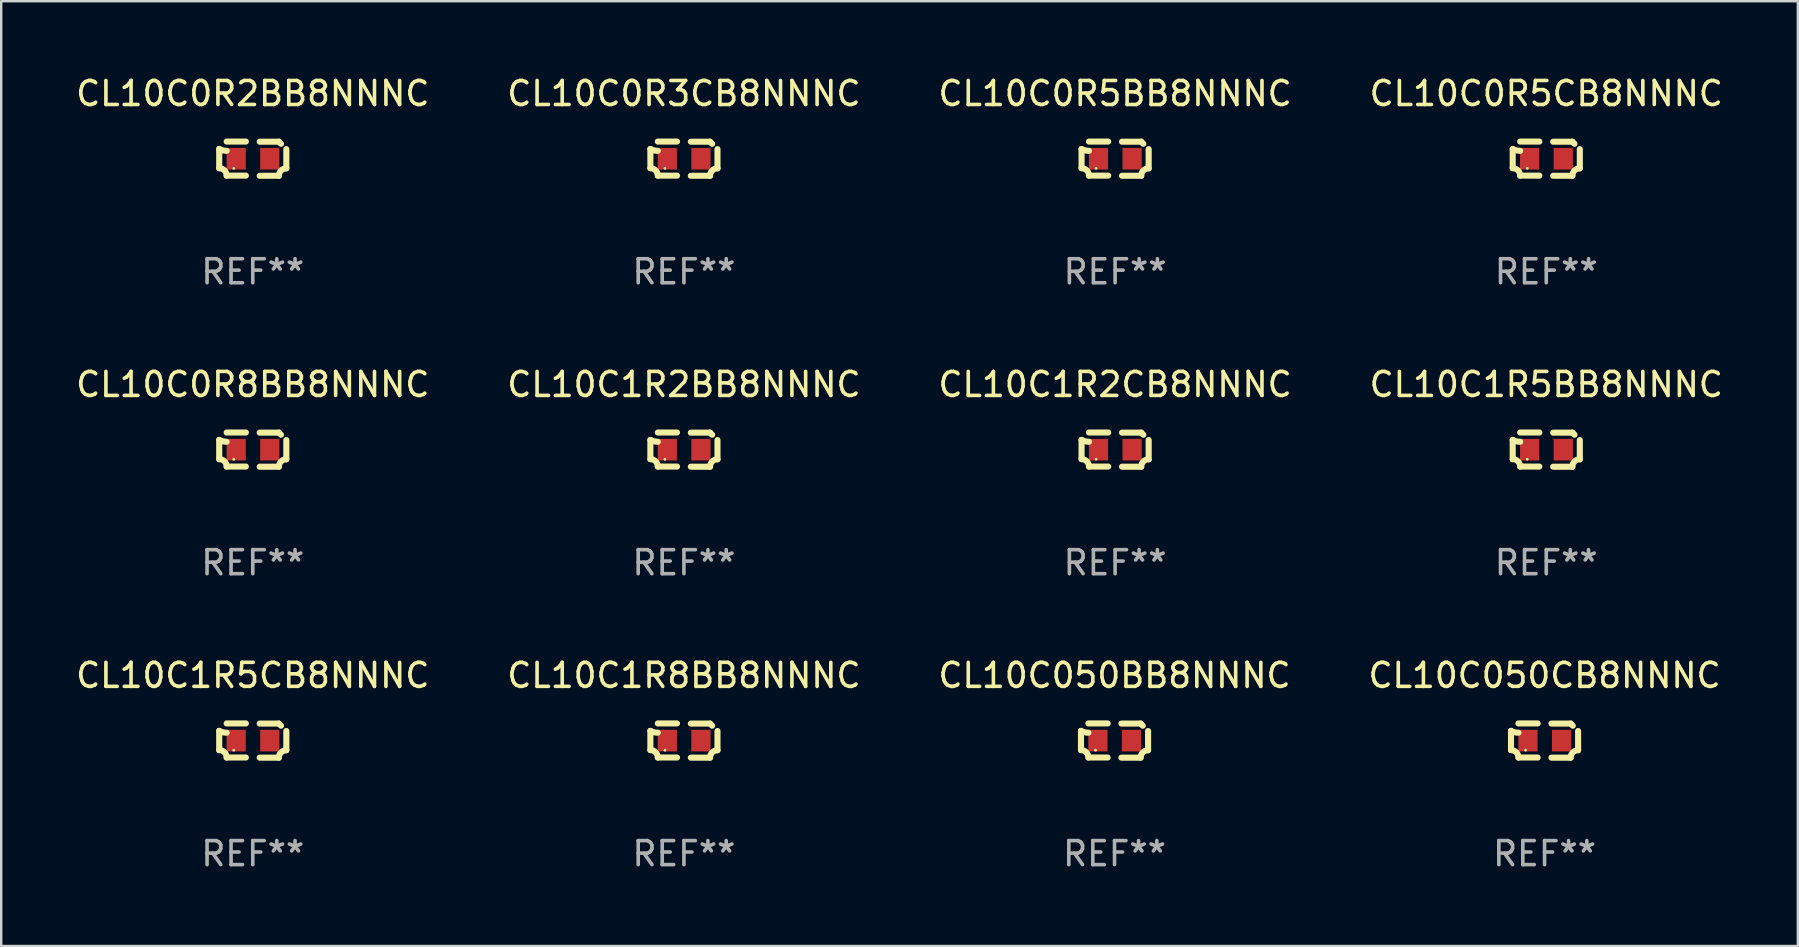
<source format=kicad_pcb>
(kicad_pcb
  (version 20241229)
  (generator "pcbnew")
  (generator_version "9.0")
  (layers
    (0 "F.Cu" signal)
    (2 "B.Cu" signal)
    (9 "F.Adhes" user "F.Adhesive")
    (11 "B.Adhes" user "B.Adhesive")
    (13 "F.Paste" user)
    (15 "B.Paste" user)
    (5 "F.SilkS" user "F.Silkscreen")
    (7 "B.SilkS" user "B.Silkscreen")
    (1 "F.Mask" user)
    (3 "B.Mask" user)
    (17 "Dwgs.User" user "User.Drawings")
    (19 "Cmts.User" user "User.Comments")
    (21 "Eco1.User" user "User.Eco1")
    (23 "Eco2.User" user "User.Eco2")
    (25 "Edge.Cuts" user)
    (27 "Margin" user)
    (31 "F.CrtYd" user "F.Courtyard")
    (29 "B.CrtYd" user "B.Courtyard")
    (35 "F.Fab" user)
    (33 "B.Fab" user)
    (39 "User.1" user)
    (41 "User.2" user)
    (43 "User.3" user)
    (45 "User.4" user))
  (footprint "CL10C1R5CB8NNNC"
    (layer "F.Cu")
    (at 7.482 27.805)
    (property "Reference" "CL10C1R5CB8NNNC" (at 0 -2.713 0) (layer "F.SilkS") (effects (font (size 1 1) (thickness 0.15))))
    (attr through_hole)
    (fp_line (start -1.398 -0.403) (end -1.398 0.397) (stroke (width 0.254) (type solid)) (layer "F.SilkS"))
    (fp_line (start -0.288 -0.713) (end -1.088 -0.713) (stroke (width 0.254) (type solid)) (layer "F.SilkS"))
    (fp_line (start -0.288 0.707) (end -1.088 0.707) (stroke (width 0.254) (type solid)) (layer "F.SilkS"))
    (fp_line (start 0.288 -0.707) (end 1.088 -0.707) (stroke (width 0.254) (type solid)) (layer "F.SilkS"))
    (fp_line (start 0.288 0.713) (end 1.088 0.713) (stroke (width 0.254) (type solid)) (layer "F.SilkS"))
    (fp_line (start 1.398 -0.397) (end 1.398 0.403) (stroke (width 0.254) (type solid)) (layer "F.SilkS"))
    (fp_arc (start -1.397789 0.397066) (mid -1.178701 0.487826) (end -1.08796 0.706922) (stroke (width 0.254001) (type solid)) (layer "F.SilkS"))
    (fp_arc (start -1.08796 -0.327176) (mid -1.247436 -0.346384) (end -1.39779 -0.402908) (stroke (width 0.254001) (type solid)) (layer "F.SilkS"))
    (fp_arc (start 1.087909 0.712738) (mid 1.178656 0.493655) (end 1.397739 0.402908) (stroke (width 0.254001) (type solid)) (layer "F.SilkS"))
    (fp_arc (start 1.175925 -0.618926) (mid 1.131917 -0.662923) (end 1.08791 -0.706922) (stroke (width 0.254001) (type solid)) (layer "F.SilkS"))
    (fp_circle (center -0.792 0.403) (end -0.762 0.403) (stroke (width 0.06) (type solid)) (fill no) (layer "F.SilkS"))
    (fp_text user "REF**" (at 0 4.713 0) (layer "F.Fab") (effects (font (size 1 1) (thickness 0.15))))
    (pad "1" smd rect (at -0.692 0.003) (size 0.8 0.9) (layers "F.Cu" "F.Mask" "F.Paste"))
    (pad "2" smd rect (at 0.708 0.003) (size 0.8 0.9) (layers "F.Cu" "F.Mask" "F.Paste")))
  (footprint "CL10C1R5BB8NNNC"
    (layer "F.Cu")
    (at 61.375 15.683)
    (property "Reference" "CL10C1R5BB8NNNC" (at 0 -2.713 0) (layer "F.SilkS") (effects (font (size 1 1) (thickness 0.15))))
    (attr through_hole)
    (fp_line (start -1.398 -0.403) (end -1.398 0.397) (stroke (width 0.254) (type solid)) (layer "F.SilkS"))
    (fp_line (start -0.288 -0.713) (end -1.088 -0.713) (stroke (width 0.254) (type solid)) (layer "F.SilkS"))
    (fp_line (start -0.288 0.707) (end -1.088 0.707) (stroke (width 0.254) (type solid)) (layer "F.SilkS"))
    (fp_line (start 0.288 -0.707) (end 1.088 -0.707) (stroke (width 0.254) (type solid)) (layer "F.SilkS"))
    (fp_line (start 0.288 0.713) (end 1.088 0.713) (stroke (width 0.254) (type solid)) (layer "F.SilkS"))
    (fp_line (start 1.398 -0.397) (end 1.398 0.403) (stroke (width 0.254) (type solid)) (layer "F.SilkS"))
    (fp_arc (start -1.397789 0.397066) (mid -1.178701 0.487826) (end -1.08796 0.706922) (stroke (width 0.254001) (type solid)) (layer "F.SilkS"))
    (fp_arc (start -1.08796 -0.327176) (mid -1.247436 -0.346384) (end -1.39779 -0.402908) (stroke (width 0.254001) (type solid)) (layer "F.SilkS"))
    (fp_arc (start 1.087909 0.712738) (mid 1.178656 0.493655) (end 1.397739 0.402908) (stroke (width 0.254001) (type solid)) (layer "F.SilkS"))
    (fp_arc (start 1.175925 -0.618926) (mid 1.131917 -0.662923) (end 1.08791 -0.706922) (stroke (width 0.254001) (type solid)) (layer "F.SilkS"))
    (fp_circle (center -0.792 0.403) (end -0.762 0.403) (stroke (width 0.06) (type solid)) (fill no) (layer "F.SilkS"))
    (fp_text user "REF**" (at 0 4.713 0) (layer "F.Fab") (effects (font (size 1 1) (thickness 0.15))))
    (pad "1" smd rect (at -0.692 0.003) (size 0.8 0.9) (layers "F.Cu" "F.Mask" "F.Paste"))
    (pad "2" smd rect (at 0.708 0.003) (size 0.8 0.9) (layers "F.Cu" "F.Mask" "F.Paste")))
  (footprint "CL10C050CB8NNNC"
    (layer "F.Cu")
    (at 61.304 27.805)
    (property "Reference" "CL10C050CB8NNNC" (at 0 -2.713 0) (layer "F.SilkS") (effects (font (size 1 1) (thickness 0.15))))
    (attr through_hole)
    (fp_line (start -1.398 -0.403) (end -1.398 0.397) (stroke (width 0.254) (type solid)) (layer "F.SilkS"))
    (fp_line (start -0.288 -0.713) (end -1.088 -0.713) (stroke (width 0.254) (type solid)) (layer "F.SilkS"))
    (fp_line (start -0.288 0.707) (end -1.088 0.707) (stroke (width 0.254) (type solid)) (layer "F.SilkS"))
    (fp_line (start 0.288 -0.707) (end 1.088 -0.707) (stroke (width 0.254) (type solid)) (layer "F.SilkS"))
    (fp_line (start 0.288 0.713) (end 1.088 0.713) (stroke (width 0.254) (type solid)) (layer "F.SilkS"))
    (fp_line (start 1.398 -0.397) (end 1.398 0.403) (stroke (width 0.254) (type solid)) (layer "F.SilkS"))
    (fp_arc (start -1.397789 0.397066) (mid -1.178701 0.487826) (end -1.08796 0.706922) (stroke (width 0.254001) (type solid)) (layer "F.SilkS"))
    (fp_arc (start -1.08796 -0.327176) (mid -1.247436 -0.346384) (end -1.39779 -0.402908) (stroke (width 0.254001) (type solid)) (layer "F.SilkS"))
    (fp_arc (start 1.087909 0.712738) (mid 1.178656 0.493655) (end 1.397739 0.402908) (stroke (width 0.254001) (type solid)) (layer "F.SilkS"))
    (fp_arc (start 1.175925 -0.618926) (mid 1.131917 -0.662923) (end 1.08791 -0.706922) (stroke (width 0.254001) (type solid)) (layer "F.SilkS"))
    (fp_circle (center -0.792 0.403) (end -0.762 0.403) (stroke (width 0.06) (type solid)) (fill no) (layer "F.SilkS"))
    (fp_text user "REF**" (at 0 4.713 0) (layer "F.Fab") (effects (font (size 1 1) (thickness 0.15))))
    (pad "1" smd rect (at -0.692 0.003) (size 0.8 0.9) (layers "F.Cu" "F.Mask" "F.Paste"))
    (pad "2" smd rect (at 0.708 0.003) (size 0.8 0.9) (layers "F.Cu" "F.Mask" "F.Paste")))
  (footprint "CL10C0R5BB8NNNC"
    (layer "F.Cu")
    (at 43.411 3.561)
    (property "Reference" "CL10C0R5BB8NNNC" (at 0 -2.713 0) (layer "F.SilkS") (effects (font (size 1 1) (thickness 0.15))))
    (attr through_hole)
    (fp_line (start -1.398 -0.403) (end -1.398 0.397) (stroke (width 0.254) (type solid)) (layer "F.SilkS"))
    (fp_line (start -0.288 -0.713) (end -1.088 -0.713) (stroke (width 0.254) (type solid)) (layer "F.SilkS"))
    (fp_line (start -0.288 0.707) (end -1.088 0.707) (stroke (width 0.254) (type solid)) (layer "F.SilkS"))
    (fp_line (start 0.288 -0.707) (end 1.088 -0.707) (stroke (width 0.254) (type solid)) (layer "F.SilkS"))
    (fp_line (start 0.288 0.713) (end 1.088 0.713) (stroke (width 0.254) (type solid)) (layer "F.SilkS"))
    (fp_line (start 1.398 -0.397) (end 1.398 0.403) (stroke (width 0.254) (type solid)) (layer "F.SilkS"))
    (fp_arc (start -1.397789 0.397066) (mid -1.178701 0.487826) (end -1.08796 0.706922) (stroke (width 0.254001) (type solid)) (layer "F.SilkS"))
    (fp_arc (start -1.08796 -0.327176) (mid -1.247436 -0.346384) (end -1.39779 -0.402908) (stroke (width 0.254001) (type solid)) (layer "F.SilkS"))
    (fp_arc (start 1.087909 0.712738) (mid 1.178656 0.493655) (end 1.397739 0.402908) (stroke (width 0.254001) (type solid)) (layer "F.SilkS"))
    (fp_arc (start 1.175925 -0.618926) (mid 1.131917 -0.662923) (end 1.08791 -0.706922) (stroke (width 0.254001) (type solid)) (layer "F.SilkS"))
    (fp_circle (center -0.792 0.403) (end -0.762 0.403) (stroke (width 0.06) (type solid)) (fill no) (layer "F.SilkS"))
    (fp_text user "REF**" (at 0 4.713 0) (layer "F.Fab") (effects (font (size 1 1) (thickness 0.15))))
    (pad "1" smd rect (at -0.692 0.003) (size 0.8 0.9) (layers "F.Cu" "F.Mask" "F.Paste"))
    (pad "2" smd rect (at 0.708 0.003) (size 0.8 0.9) (layers "F.Cu" "F.Mask" "F.Paste")))
  (footprint "CL10C0R5CB8NNNC"
    (layer "F.Cu")
    (at 61.375 3.561)
    (property "Reference" "CL10C0R5CB8NNNC" (at 0 -2.713 0) (layer "F.SilkS") (effects (font (size 1 1) (thickness 0.15))))
    (attr through_hole)
    (fp_line (start -1.398 -0.403) (end -1.398 0.397) (stroke (width 0.254) (type solid)) (layer "F.SilkS"))
    (fp_line (start -0.288 -0.713) (end -1.088 -0.713) (stroke (width 0.254) (type solid)) (layer "F.SilkS"))
    (fp_line (start -0.288 0.707) (end -1.088 0.707) (stroke (width 0.254) (type solid)) (layer "F.SilkS"))
    (fp_line (start 0.288 -0.707) (end 1.088 -0.707) (stroke (width 0.254) (type solid)) (layer "F.SilkS"))
    (fp_line (start 0.288 0.713) (end 1.088 0.713) (stroke (width 0.254) (type solid)) (layer "F.SilkS"))
    (fp_line (start 1.398 -0.397) (end 1.398 0.403) (stroke (width 0.254) (type solid)) (layer "F.SilkS"))
    (fp_arc (start -1.397789 0.397066) (mid -1.178701 0.487826) (end -1.08796 0.706922) (stroke (width 0.254001) (type solid)) (layer "F.SilkS"))
    (fp_arc (start -1.08796 -0.327176) (mid -1.247436 -0.346384) (end -1.39779 -0.402908) (stroke (width 0.254001) (type solid)) (layer "F.SilkS"))
    (fp_arc (start 1.087909 0.712738) (mid 1.178656 0.493655) (end 1.397739 0.402908) (stroke (width 0.254001) (type solid)) (layer "F.SilkS"))
    (fp_arc (start 1.175925 -0.618926) (mid 1.131917 -0.662923) (end 1.08791 -0.706922) (stroke (width 0.254001) (type solid)) (layer "F.SilkS"))
    (fp_circle (center -0.792 0.403) (end -0.762 0.403) (stroke (width 0.06) (type solid)) (fill no) (layer "F.SilkS"))
    (fp_text user "REF**" (at 0 4.713 0) (layer "F.Fab") (effects (font (size 1 1) (thickness 0.15))))
    (pad "1" smd rect (at -0.692 0.003) (size 0.8 0.9) (layers "F.Cu" "F.Mask" "F.Paste"))
    (pad "2" smd rect (at 0.708 0.003) (size 0.8 0.9) (layers "F.Cu" "F.Mask" "F.Paste")))
  (footprint "CL10C1R2BB8NNNC"
    (layer "F.Cu")
    (at 25.446 15.683)
    (property "Reference" "CL10C1R2BB8NNNC" (at 0 -2.713 0) (layer "F.SilkS") (effects (font (size 1 1) (thickness 0.15))))
    (attr through_hole)
    (fp_line (start -1.398 -0.403) (end -1.398 0.397) (stroke (width 0.254) (type solid)) (layer "F.SilkS"))
    (fp_line (start -0.288 -0.713) (end -1.088 -0.713) (stroke (width 0.254) (type solid)) (layer "F.SilkS"))
    (fp_line (start -0.288 0.707) (end -1.088 0.707) (stroke (width 0.254) (type solid)) (layer "F.SilkS"))
    (fp_line (start 0.288 -0.707) (end 1.088 -0.707) (stroke (width 0.254) (type solid)) (layer "F.SilkS"))
    (fp_line (start 0.288 0.713) (end 1.088 0.713) (stroke (width 0.254) (type solid)) (layer "F.SilkS"))
    (fp_line (start 1.398 -0.397) (end 1.398 0.403) (stroke (width 0.254) (type solid)) (layer "F.SilkS"))
    (fp_arc (start -1.397789 0.397066) (mid -1.178701 0.487826) (end -1.08796 0.706922) (stroke (width 0.254001) (type solid)) (layer "F.SilkS"))
    (fp_arc (start -1.08796 -0.327176) (mid -1.247436 -0.346384) (end -1.39779 -0.402908) (stroke (width 0.254001) (type solid)) (layer "F.SilkS"))
    (fp_arc (start 1.087909 0.712738) (mid 1.178656 0.493655) (end 1.397739 0.402908) (stroke (width 0.254001) (type solid)) (layer "F.SilkS"))
    (fp_arc (start 1.175925 -0.618926) (mid 1.131917 -0.662923) (end 1.08791 -0.706922) (stroke (width 0.254001) (type solid)) (layer "F.SilkS"))
    (fp_circle (center -0.792 0.403) (end -0.762 0.403) (stroke (width 0.06) (type solid)) (fill no) (layer "F.SilkS"))
    (fp_text user "REF**" (at 0 4.713 0) (layer "F.Fab") (effects (font (size 1 1) (thickness 0.15))))
    (pad "1" smd rect (at -0.692 0.003) (size 0.8 0.9) (layers "F.Cu" "F.Mask" "F.Paste"))
    (pad "2" smd rect (at 0.708 0.003) (size 0.8 0.9) (layers "F.Cu" "F.Mask" "F.Paste")))
  (footprint "CL10C1R8BB8NNNC"
    (layer "F.Cu")
    (at 25.446 27.805)
    (property "Reference" "CL10C1R8BB8NNNC" (at 0 -2.713 0) (layer "F.SilkS") (effects (font (size 1 1) (thickness 0.15))))
    (attr through_hole)
    (fp_line (start -1.398 -0.403) (end -1.398 0.397) (stroke (width 0.254) (type solid)) (layer "F.SilkS"))
    (fp_line (start -0.288 -0.713) (end -1.088 -0.713) (stroke (width 0.254) (type solid)) (layer "F.SilkS"))
    (fp_line (start -0.288 0.707) (end -1.088 0.707) (stroke (width 0.254) (type solid)) (layer "F.SilkS"))
    (fp_line (start 0.288 -0.707) (end 1.088 -0.707) (stroke (width 0.254) (type solid)) (layer "F.SilkS"))
    (fp_line (start 0.288 0.713) (end 1.088 0.713) (stroke (width 0.254) (type solid)) (layer "F.SilkS"))
    (fp_line (start 1.398 -0.397) (end 1.398 0.403) (stroke (width 0.254) (type solid)) (layer "F.SilkS"))
    (fp_arc (start -1.397789 0.397066) (mid -1.178701 0.487826) (end -1.08796 0.706922) (stroke (width 0.254001) (type solid)) (layer "F.SilkS"))
    (fp_arc (start -1.08796 -0.327176) (mid -1.247436 -0.346384) (end -1.39779 -0.402908) (stroke (width 0.254001) (type solid)) (layer "F.SilkS"))
    (fp_arc (start 1.087909 0.712738) (mid 1.178656 0.493655) (end 1.397739 0.402908) (stroke (width 0.254001) (type solid)) (layer "F.SilkS"))
    (fp_arc (start 1.175925 -0.618926) (mid 1.131917 -0.662923) (end 1.08791 -0.706922) (stroke (width 0.254001) (type solid)) (layer "F.SilkS"))
    (fp_circle (center -0.792 0.403) (end -0.762 0.403) (stroke (width 0.06) (type solid)) (fill no) (layer "F.SilkS"))
    (fp_text user "REF**" (at 0 4.713 0) (layer "F.Fab") (effects (font (size 1 1) (thickness 0.15))))
    (pad "1" smd rect (at -0.692 0.003) (size 0.8 0.9) (layers "F.Cu" "F.Mask" "F.Paste"))
    (pad "2" smd rect (at 0.708 0.003) (size 0.8 0.9) (layers "F.Cu" "F.Mask" "F.Paste")))
  (footprint "CL10C050BB8NNNC"
    (layer "F.Cu")
    (at 43.387 27.805)
    (property "Reference" "CL10C050BB8NNNC" (at 0 -2.713 0) (layer "F.SilkS") (effects (font (size 1 1) (thickness 0.15))))
    (attr through_hole)
    (fp_line (start -1.398 -0.403) (end -1.398 0.397) (stroke (width 0.254) (type solid)) (layer "F.SilkS"))
    (fp_line (start -0.288 -0.713) (end -1.088 -0.713) (stroke (width 0.254) (type solid)) (layer "F.SilkS"))
    (fp_line (start -0.288 0.707) (end -1.088 0.707) (stroke (width 0.254) (type solid)) (layer "F.SilkS"))
    (fp_line (start 0.288 -0.707) (end 1.088 -0.707) (stroke (width 0.254) (type solid)) (layer "F.SilkS"))
    (fp_line (start 0.288 0.713) (end 1.088 0.713) (stroke (width 0.254) (type solid)) (layer "F.SilkS"))
    (fp_line (start 1.398 -0.397) (end 1.398 0.403) (stroke (width 0.254) (type solid)) (layer "F.SilkS"))
    (fp_arc (start -1.397789 0.397066) (mid -1.178701 0.487826) (end -1.08796 0.706922) (stroke (width 0.254001) (type solid)) (layer "F.SilkS"))
    (fp_arc (start -1.08796 -0.327176) (mid -1.247436 -0.346384) (end -1.39779 -0.402908) (stroke (width 0.254001) (type solid)) (layer "F.SilkS"))
    (fp_arc (start 1.087909 0.712738) (mid 1.178656 0.493655) (end 1.397739 0.402908) (stroke (width 0.254001) (type solid)) (layer "F.SilkS"))
    (fp_arc (start 1.175925 -0.618926) (mid 1.131917 -0.662923) (end 1.08791 -0.706922) (stroke (width 0.254001) (type solid)) (layer "F.SilkS"))
    (fp_circle (center -0.792 0.403) (end -0.762 0.403) (stroke (width 0.06) (type solid)) (fill no) (layer "F.SilkS"))
    (fp_text user "REF**" (at 0 4.713 0) (layer "F.Fab") (effects (font (size 1 1) (thickness 0.15))))
    (pad "1" smd rect (at -0.692 0.003) (size 0.8 0.9) (layers "F.Cu" "F.Mask" "F.Paste"))
    (pad "2" smd rect (at 0.708 0.003) (size 0.8 0.9) (layers "F.Cu" "F.Mask" "F.Paste")))
  (footprint "CL10C1R2CB8NNNC"
    (layer "F.Cu")
    (at 43.411 15.683)
    (property "Reference" "CL10C1R2CB8NNNC" (at 0 -2.713 0) (layer "F.SilkS") (effects (font (size 1 1) (thickness 0.15))))
    (attr through_hole)
    (fp_line (start -1.398 -0.403) (end -1.398 0.397) (stroke (width 0.254) (type solid)) (layer "F.SilkS"))
    (fp_line (start -0.288 -0.713) (end -1.088 -0.713) (stroke (width 0.254) (type solid)) (layer "F.SilkS"))
    (fp_line (start -0.288 0.707) (end -1.088 0.707) (stroke (width 0.254) (type solid)) (layer "F.SilkS"))
    (fp_line (start 0.288 -0.707) (end 1.088 -0.707) (stroke (width 0.254) (type solid)) (layer "F.SilkS"))
    (fp_line (start 0.288 0.713) (end 1.088 0.713) (stroke (width 0.254) (type solid)) (layer "F.SilkS"))
    (fp_line (start 1.398 -0.397) (end 1.398 0.403) (stroke (width 0.254) (type solid)) (layer "F.SilkS"))
    (fp_arc (start -1.397789 0.397066) (mid -1.178701 0.487826) (end -1.08796 0.706922) (stroke (width 0.254001) (type solid)) (layer "F.SilkS"))
    (fp_arc (start -1.08796 -0.327176) (mid -1.247436 -0.346384) (end -1.39779 -0.402908) (stroke (width 0.254001) (type solid)) (layer "F.SilkS"))
    (fp_arc (start 1.087909 0.712738) (mid 1.178656 0.493655) (end 1.397739 0.402908) (stroke (width 0.254001) (type solid)) (layer "F.SilkS"))
    (fp_arc (start 1.175925 -0.618926) (mid 1.131917 -0.662923) (end 1.08791 -0.706922) (stroke (width 0.254001) (type solid)) (layer "F.SilkS"))
    (fp_circle (center -0.792 0.403) (end -0.762 0.403) (stroke (width 0.06) (type solid)) (fill no) (layer "F.SilkS"))
    (fp_text user "REF**" (at 0 4.713 0) (layer "F.Fab") (effects (font (size 1 1) (thickness 0.15))))
    (pad "1" smd rect (at -0.692 0.003) (size 0.8 0.9) (layers "F.Cu" "F.Mask" "F.Paste"))
    (pad "2" smd rect (at 0.708 0.003) (size 0.8 0.9) (layers "F.Cu" "F.Mask" "F.Paste")))
  (footprint "CL10C0R2BB8NNNC"
    (layer "F.Cu")
    (at 7.482 3.561)
    (property "Reference" "CL10C0R2BB8NNNC" (at 0 -2.713 0) (layer "F.SilkS") (effects (font (size 1 1) (thickness 0.15))))
    (attr through_hole)
    (fp_line (start -1.398 -0.403) (end -1.398 0.397) (stroke (width 0.254) (type solid)) (layer "F.SilkS"))
    (fp_line (start -0.288 -0.713) (end -1.088 -0.713) (stroke (width 0.254) (type solid)) (layer "F.SilkS"))
    (fp_line (start -0.288 0.707) (end -1.088 0.707) (stroke (width 0.254) (type solid)) (layer "F.SilkS"))
    (fp_line (start 0.288 -0.707) (end 1.088 -0.707) (stroke (width 0.254) (type solid)) (layer "F.SilkS"))
    (fp_line (start 0.288 0.713) (end 1.088 0.713) (stroke (width 0.254) (type solid)) (layer "F.SilkS"))
    (fp_line (start 1.398 -0.397) (end 1.398 0.403) (stroke (width 0.254) (type solid)) (layer "F.SilkS"))
    (fp_arc (start -1.397789 0.397066) (mid -1.178701 0.487826) (end -1.08796 0.706922) (stroke (width 0.254001) (type solid)) (layer "F.SilkS"))
    (fp_arc (start -1.08796 -0.327176) (mid -1.247436 -0.346384) (end -1.39779 -0.402908) (stroke (width 0.254001) (type solid)) (layer "F.SilkS"))
    (fp_arc (start 1.087909 0.712738) (mid 1.178656 0.493655) (end 1.397739 0.402908) (stroke (width 0.254001) (type solid)) (layer "F.SilkS"))
    (fp_arc (start 1.175925 -0.618926) (mid 1.131917 -0.662923) (end 1.08791 -0.706922) (stroke (width 0.254001) (type solid)) (layer "F.SilkS"))
    (fp_circle (center -0.792 0.403) (end -0.762 0.403) (stroke (width 0.06) (type solid)) (fill no) (layer "F.SilkS"))
    (fp_text user "REF**" (at 0 4.713 0) (layer "F.Fab") (effects (font (size 1 1) (thickness 0.15))))
    (pad "1" smd rect (at -0.692 0.003) (size 0.8 0.9) (layers "F.Cu" "F.Mask" "F.Paste"))
    (pad "2" smd rect (at 0.708 0.003) (size 0.8 0.9) (layers "F.Cu" "F.Mask" "F.Paste")))
  (footprint "CL10C0R3CB8NNNC"
    (layer "F.Cu")
    (at 25.446 3.561)
    (property "Reference" "CL10C0R3CB8NNNC" (at 0 -2.713 0) (layer "F.SilkS") (effects (font (size 1 1) (thickness 0.15))))
    (attr through_hole)
    (fp_line (start -1.398 -0.403) (end -1.398 0.397) (stroke (width 0.254) (type solid)) (layer "F.SilkS"))
    (fp_line (start -0.288 -0.713) (end -1.088 -0.713) (stroke (width 0.254) (type solid)) (layer "F.SilkS"))
    (fp_line (start -0.288 0.707) (end -1.088 0.707) (stroke (width 0.254) (type solid)) (layer "F.SilkS"))
    (fp_line (start 0.288 -0.707) (end 1.088 -0.707) (stroke (width 0.254) (type solid)) (layer "F.SilkS"))
    (fp_line (start 0.288 0.713) (end 1.088 0.713) (stroke (width 0.254) (type solid)) (layer "F.SilkS"))
    (fp_line (start 1.398 -0.397) (end 1.398 0.403) (stroke (width 0.254) (type solid)) (layer "F.SilkS"))
    (fp_arc (start -1.397789 0.397066) (mid -1.178701 0.487826) (end -1.08796 0.706922) (stroke (width 0.254001) (type solid)) (layer "F.SilkS"))
    (fp_arc (start -1.08796 -0.327176) (mid -1.247436 -0.346384) (end -1.39779 -0.402908) (stroke (width 0.254001) (type solid)) (layer "F.SilkS"))
    (fp_arc (start 1.087909 0.712738) (mid 1.178656 0.493655) (end 1.397739 0.402908) (stroke (width 0.254001) (type solid)) (layer "F.SilkS"))
    (fp_arc (start 1.175925 -0.618926) (mid 1.131917 -0.662923) (end 1.08791 -0.706922) (stroke (width 0.254001) (type solid)) (layer "F.SilkS"))
    (fp_circle (center -0.792 0.403) (end -0.762 0.403) (stroke (width 0.06) (type solid)) (fill no) (layer "F.SilkS"))
    (fp_text user "REF**" (at 0 4.713 0) (layer "F.Fab") (effects (font (size 1 1) (thickness 0.15))))
    (pad "1" smd rect (at -0.692 0.003) (size 0.8 0.9) (layers "F.Cu" "F.Mask" "F.Paste"))
    (pad "2" smd rect (at 0.708 0.003) (size 0.8 0.9) (layers "F.Cu" "F.Mask" "F.Paste")))
  (footprint "CL10C0R8BB8NNNC"
    (layer "F.Cu")
    (at 7.482 15.683)
    (property "Reference" "CL10C0R8BB8NNNC" (at 0 -2.713 0) (layer "F.SilkS") (effects (font (size 1 1) (thickness 0.15))))
    (attr through_hole)
    (fp_line (start -1.398 -0.403) (end -1.398 0.397) (stroke (width 0.254) (type solid)) (layer "F.SilkS"))
    (fp_line (start -0.288 -0.713) (end -1.088 -0.713) (stroke (width 0.254) (type solid)) (layer "F.SilkS"))
    (fp_line (start -0.288 0.707) (end -1.088 0.707) (stroke (width 0.254) (type solid)) (layer "F.SilkS"))
    (fp_line (start 0.288 -0.707) (end 1.088 -0.707) (stroke (width 0.254) (type solid)) (layer "F.SilkS"))
    (fp_line (start 0.288 0.713) (end 1.088 0.713) (stroke (width 0.254) (type solid)) (layer "F.SilkS"))
    (fp_line (start 1.398 -0.397) (end 1.398 0.403) (stroke (width 0.254) (type solid)) (layer "F.SilkS"))
    (fp_arc (start -1.397789 0.397066) (mid -1.178701 0.487826) (end -1.08796 0.706922) (stroke (width 0.254001) (type solid)) (layer "F.SilkS"))
    (fp_arc (start -1.08796 -0.327176) (mid -1.247436 -0.346384) (end -1.39779 -0.402908) (stroke (width 0.254001) (type solid)) (layer "F.SilkS"))
    (fp_arc (start 1.087909 0.712738) (mid 1.178656 0.493655) (end 1.397739 0.402908) (stroke (width 0.254001) (type solid)) (layer "F.SilkS"))
    (fp_arc (start 1.175925 -0.618926) (mid 1.131917 -0.662923) (end 1.08791 -0.706922) (stroke (width 0.254001) (type solid)) (layer "F.SilkS"))
    (fp_circle (center -0.792 0.403) (end -0.762 0.403) (stroke (width 0.06) (type solid)) (fill no) (layer "F.SilkS"))
    (fp_text user "REF**" (at 0 4.713 0) (layer "F.Fab") (effects (font (size 1 1) (thickness 0.15))))
    (pad "1" smd rect (at -0.692 0.003) (size 0.8 0.9) (layers "F.Cu" "F.Mask" "F.Paste"))
    (pad "2" smd rect (at 0.708 0.003) (size 0.8 0.9) (layers "F.Cu" "F.Mask" "F.Paste")))
  (gr_rect
    (start -3 -3)
    (end 71.857 36.366)
    (stroke (width 0.1) (type default))
    (fill no)
    (layer "Edge.Cuts")))
</source>
